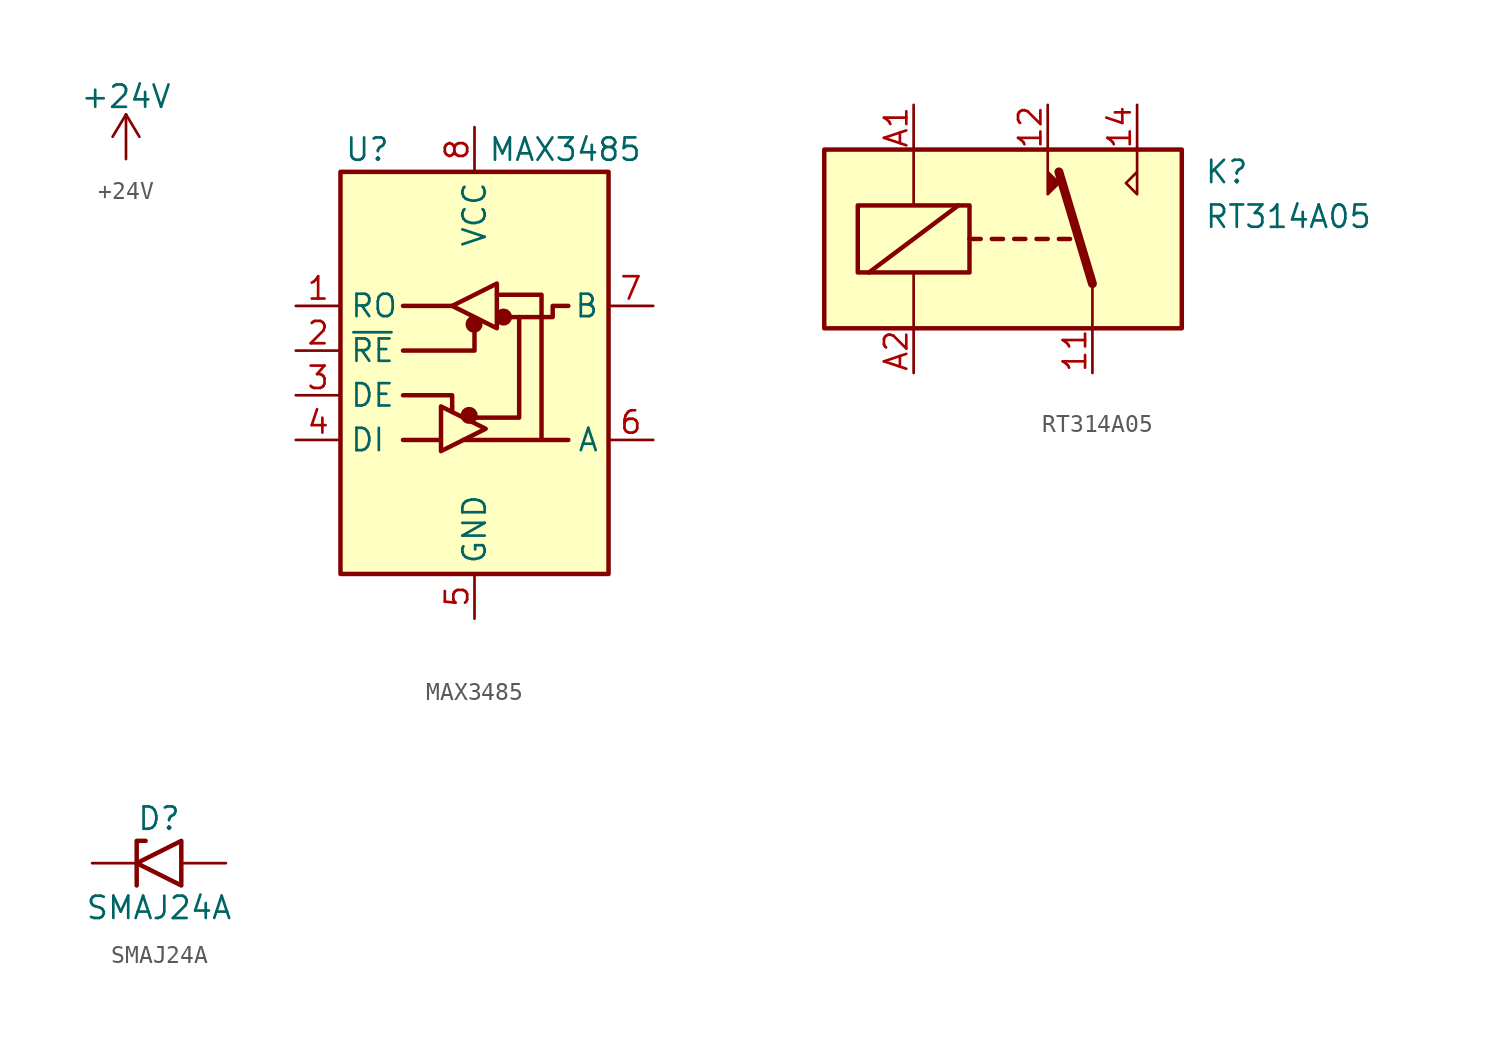
<source format=kicad_sym>
(kicad_symbol_lib
  (version 20241209)
  (generator "kicad_symbol_editor")
  (generator_version "9.0")
  (symbol "+24V"
    (power)
    (pin_names
      (offset 0))
    (property "Reference" "#PWR"
      (at 0 -3.81 0)
      (effects (font (size 1.27 1.27)) (hide yes)))
    (property "Value" "+24V"
      (at 0 3.556 0)
      (effects (font (size 1.27 1.27))))
    (symbol "+24V_0_1"
      (polyline (pts (xy -0.762 1.27) (xy 0 2.54)) (stroke (width 0) (type default)) (fill (type none)))
      (polyline (pts (xy 0 2.54) (xy 0.762 1.27)) (stroke (width 0) (type default)) (fill (type none)))
      (polyline (pts (xy 0 0) (xy 0 2.54)) (stroke (width 0) (type default)) (fill (type none))))
    (symbol "+24V_1_1"
      (pin power_in line (at 0 0 90) (length 0) (hide yes) (name "+24V" (effects (font (size 1.27 1.27)))) (number "1" (effects (font (size 1.27 1.27)))))))
  (symbol "MAX3485"
    (property "Reference" "U"
      (at -6.096 11.43 0)
      (effects (font (size 1.27 1.27))))
    (property "Value" "MAX3485"
      (at 0.762 11.43 0)
      (effects (font (size 1.27 1.27)) (justify left)))
    (symbol "MAX3485_0_1"
      (rectangle (start -7.62 10.16) (end 7.62 -12.7) (stroke (width 0.254) (type default)) (fill (type background)))
      (polyline (pts (xy -4.064 2.54) (xy -1.27 2.54)) (stroke (width 0.254) (type default)) (fill (type none)))
      (polyline (pts (xy -4.064 -2.54) (xy -1.27 -2.54) (xy -1.27 -3.175)) (stroke (width 0.254) (type default)) (fill (type none)))
      (polyline (pts (xy -4.064 -5.08) (xy -1.905 -5.08)) (stroke (width 0.254) (type default)) (fill (type none)))
      (polyline (pts (xy -1.905 -3.175) (xy -1.905 -5.715) (xy 0.635 -4.445) (xy -1.905 -3.175)) (stroke (width 0.254) (type default)) (fill (type none)))
      (polyline (pts (xy -1.27 2.54) (xy 1.27 3.81) (xy 1.27 1.27) (xy -1.27 2.54)) (stroke (width 0.254) (type default)) (fill (type none)))
      (polyline (pts (xy -1.27 -3.2) (xy -1.27 -3.454)) (stroke (width 0.254) (type default)) (fill (type none)))
      (polyline (pts (xy -0.635 -5.08) (xy 5.334 -5.08)) (stroke (width 0.254) (type default)) (fill (type none)))
      (circle (center -0.305 -3.683) (radius 0.356) (stroke (width 0.254) (type default)) (fill (type outline)))
      (circle (center -0.025 1.499) (radius 0.356) (stroke (width 0.254) (type default)) (fill (type outline)))
      (polyline (pts (xy 0 1.27) (xy 0 0) (xy -4.064 0)) (stroke (width 0.254) (type default)) (fill (type none)))
      (polyline (pts (xy 1.27 3.175) (xy 3.81 3.175) (xy 3.81 -5.08)) (stroke (width 0.254) (type default)) (fill (type none)))
      (rectangle (start 1.27 3.175) (end 1.27 3.175) (stroke (width 0) (type default)) (fill (type none)))
      (circle (center 1.651 1.905) (radius 0.356) (stroke (width 0.254) (type default)) (fill (type outline)))
      (polyline (pts (xy 1.905 1.905) (xy 4.445 1.905) (xy 4.445 2.54) (xy 5.334 2.54)) (stroke (width 0.254) (type default)) (fill (type none)))
      (polyline (pts (xy 2.54 1.905) (xy 2.54 -3.81) (xy 0 -3.81)) (stroke (width 0.254) (type default)) (fill (type none))))
    (symbol "MAX3485_1_1"
      (pin output line (at -10.16 2.54 0) (length 2.54) (name "RO" (effects (font (size 1.27 1.27)))) (number "1" (effects (font (size 1.27 1.27)))))
      (pin input line (at -10.16 0 0) (length 2.54) (name "~{RE}" (effects (font (size 1.27 1.27)))) (number "2" (effects (font (size 1.27 1.27)))))
      (pin input line (at -10.16 -2.54 0) (length 2.54) (name "DE" (effects (font (size 1.27 1.27)))) (number "3" (effects (font (size 1.27 1.27)))))
      (pin input line (at -10.16 -5.08 0) (length 2.54) (name "DI" (effects (font (size 1.27 1.27)))) (number "4" (effects (font (size 1.27 1.27)))))
      (pin power_in line (at 0 12.7 270) (length 2.54) (name "VCC" (effects (font (size 1.27 1.27)))) (number "8" (effects (font (size 1.27 1.27)))))
      (pin power_in line (at 0 -15.24 90) (length 2.54) (name "GND" (effects (font (size 1.27 1.27)))) (number "5" (effects (font (size 1.27 1.27)))))
      (pin bidirectional line (at 10.16 2.54 180) (length 2.54) (name "B" (effects (font (size 1.27 1.27)))) (number "7" (effects (font (size 1.27 1.27)))))
      (pin bidirectional line (at 10.16 -5.08 180) (length 2.54) (name "A" (effects (font (size 1.27 1.27)))) (number "6" (effects (font (size 1.27 1.27)))))))
  (symbol "RT314A05"
    (property "Reference" "K"
      (at 11.43 3.81 0)
      (effects (font (size 1.27 1.27)) (justify left)))
    (property "Value" "RT314A05"
      (at 11.43 1.27 0)
      (effects (font (size 1.27 1.27)) (justify left)))
    (symbol "RT314A05_0_0"
      (polyline (pts (xy -2.54 1.905) (xy -7.62 -1.905)) (stroke (width 0.254) (type default)) (fill (type none))))
    (symbol "RT314A05_0_1"
      (rectangle (start -10.16 5.08) (end 10.16 -5.08) (stroke (width 0.254) (type default)) (fill (type background)))
      (rectangle (start -8.255 1.905) (end -1.905 -1.905) (stroke (width 0.254) (type default)) (fill (type none)))
      (polyline (pts (xy -5.08 5.08) (xy -5.08 1.905)) (stroke (width 0) (type default)) (fill (type none)))
      (polyline (pts (xy -5.08 -5.08) (xy -5.08 -1.905)) (stroke (width 0) (type default)) (fill (type none)))
      (polyline (pts (xy -1.905 0) (xy -1.27 0)) (stroke (width 0.254) (type default)) (fill (type none)))
      (polyline (pts (xy -0.635 0) (xy 0 0)) (stroke (width 0.254) (type default)) (fill (type none)))
      (polyline (pts (xy 0.635 0) (xy 1.27 0)) (stroke (width 0.254) (type default)) (fill (type none)))
      (polyline (pts (xy 1.905 0) (xy 2.54 0)) (stroke (width 0.254) (type default)) (fill (type none)))
      (polyline (pts (xy 2.54 5.08) (xy 2.54 2.54) (xy 3.175 3.175) (xy 2.54 3.81)) (stroke (width 0) (type default)) (fill (type outline)))
      (polyline (pts (xy 3.175 0) (xy 3.81 0)) (stroke (width 0.254) (type default)) (fill (type none)))
      (polyline (pts (xy 5.08 -2.54) (xy 3.175 3.81)) (stroke (width 0.508) (type default)) (fill (type none)))
      (polyline (pts (xy 5.08 -2.54) (xy 5.08 -5.08)) (stroke (width 0) (type default)) (fill (type none)))
      (polyline (pts (xy 7.62 5.08) (xy 7.62 2.54) (xy 6.985 3.175) (xy 7.62 3.81)) (stroke (width 0) (type default)) (fill (type none))))
    (symbol "RT314A05_1_1"
      (pin passive line (at -5.08 7.62 270) (length 2.54) (name "~" (effects (font (size 1.27 1.27)))) (number "A1" (effects (font (size 1.27 1.27)))))
      (pin passive line (at -5.08 -7.62 90) (length 2.54) (name "~" (effects (font (size 1.27 1.27)))) (number "A2" (effects (font (size 1.27 1.27)))))
      (pin passive line (at 2.54 7.62 270) (length 2.54) (name "~" (effects (font (size 1.27 1.27)))) (number "12" (effects (font (size 1.27 1.27)))))
      (pin passive line (at 5.08 -7.62 90) (length 2.54) (name "~" (effects (font (size 1.27 1.27)))) (number "11" (effects (font (size 1.27 1.27)))))
      (pin passive line (at 7.62 7.62 270) (length 2.54) (name "~" (effects (font (size 1.27 1.27)))) (number "14" (effects (font (size 1.27 1.27)))))))
  (symbol "SMAJ24A"
    (pin_numbers
      (hide yes))
    (pin_names
      (offset 1.016)
      (hide yes))
    (property "Reference" "D"
      (at 0 2.54 0)
      (effects (font (size 1.27 1.27))))
    (property "Value" "SMAJ24A"
      (at 0 -2.54 0)
      (effects (font (size 1.27 1.27))))
    (symbol "SMAJ24A_0_1"
      (polyline (pts (xy -0.762 1.27) (xy -1.27 1.27) (xy -1.27 -1.27)) (stroke (width 0.254) (type default)) (fill (type none)))
      (polyline (pts (xy 1.27 1.27) (xy 1.27 -1.27) (xy -1.27 0) (xy 1.27 1.27)) (stroke (width 0.254) (type default)) (fill (type none))))
    (symbol "SMAJ24A_1_1"
      (pin passive line (at -3.81 0 0) (length 2.54) (name "A1" (effects (font (size 1.27 1.27)))) (number "1" (effects (font (size 1.27 1.27)))))
      (pin passive line (at 3.81 0 180) (length 2.54) (name "A2" (effects (font (size 1.27 1.27)))) (number "2" (effects (font (size 1.27 1.27))))))))
</source>
